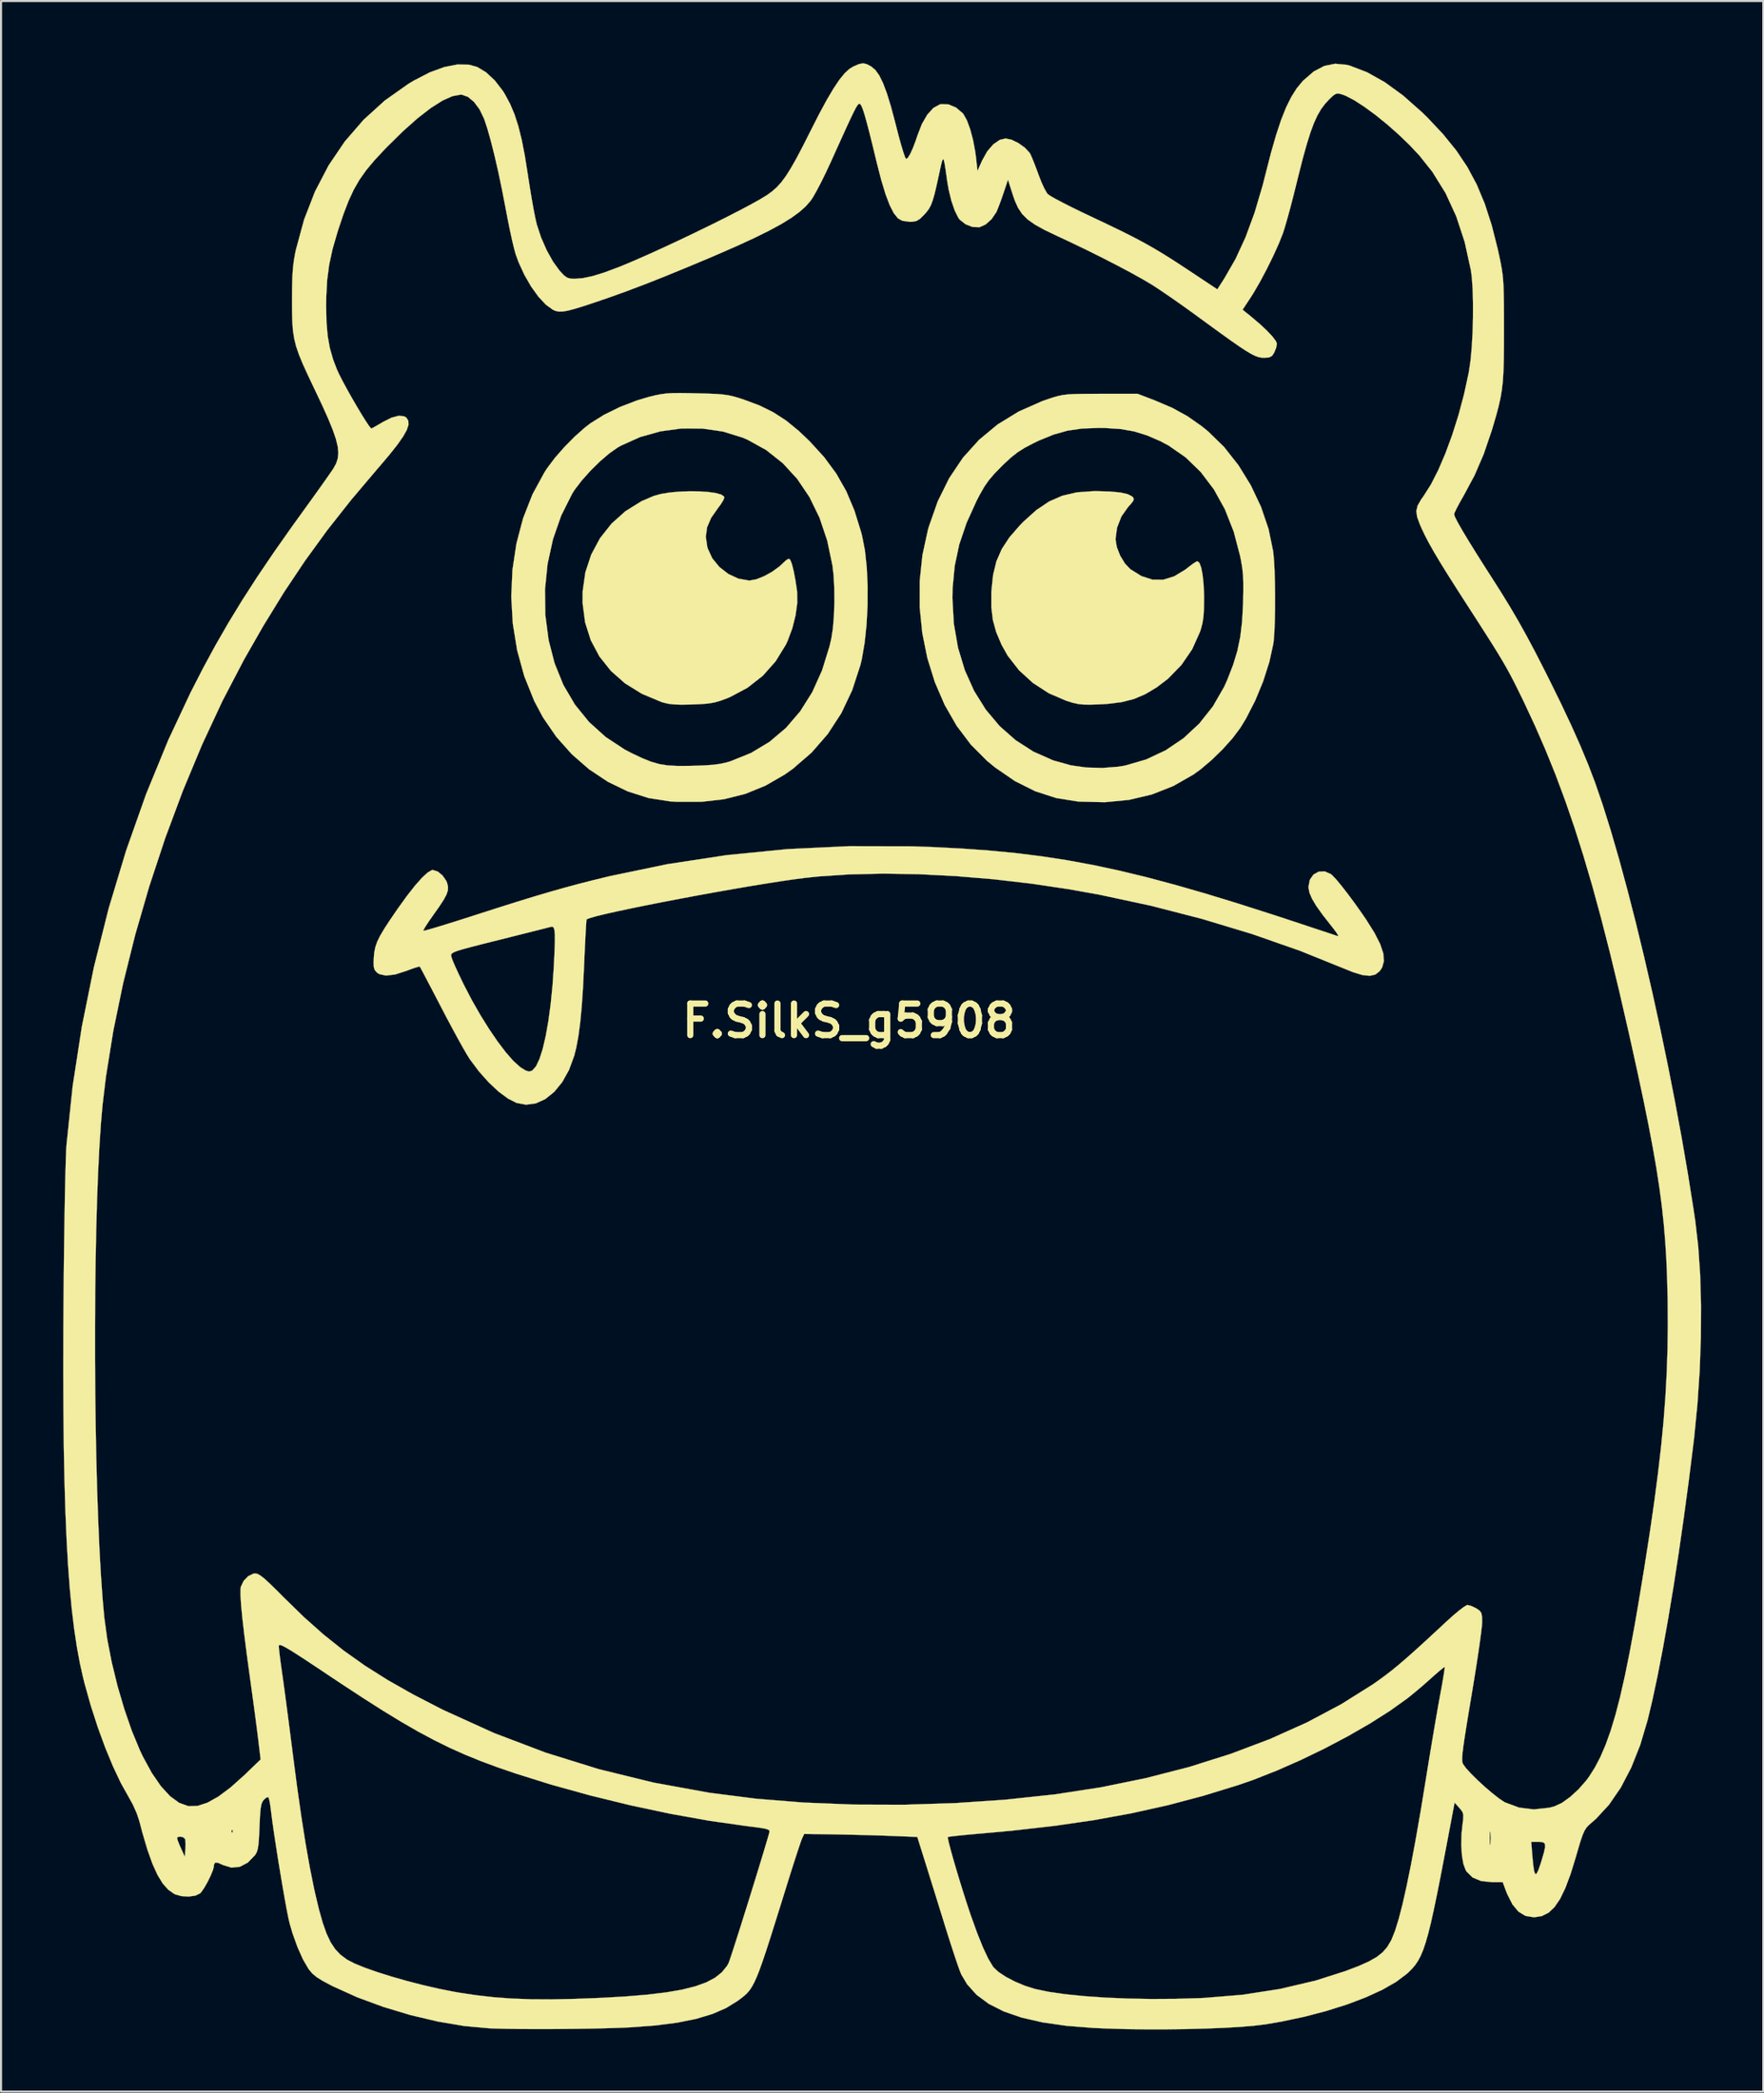
<source format=kicad_pcb>
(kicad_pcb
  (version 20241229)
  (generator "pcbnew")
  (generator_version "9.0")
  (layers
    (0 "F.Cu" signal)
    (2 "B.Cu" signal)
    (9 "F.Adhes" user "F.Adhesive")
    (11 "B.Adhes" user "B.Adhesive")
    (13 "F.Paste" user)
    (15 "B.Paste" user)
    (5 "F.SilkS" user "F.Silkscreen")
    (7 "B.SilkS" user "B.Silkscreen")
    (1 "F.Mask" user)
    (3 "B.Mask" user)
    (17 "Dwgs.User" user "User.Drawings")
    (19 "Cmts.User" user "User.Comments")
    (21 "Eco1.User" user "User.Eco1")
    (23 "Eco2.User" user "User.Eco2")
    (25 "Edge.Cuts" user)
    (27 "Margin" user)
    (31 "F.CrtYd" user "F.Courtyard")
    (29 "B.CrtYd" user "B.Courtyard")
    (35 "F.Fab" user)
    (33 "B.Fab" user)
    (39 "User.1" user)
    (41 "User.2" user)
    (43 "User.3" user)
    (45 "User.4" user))
  (footprint "F.SilkS_g5908"
    (layer "F.Cu")
    (at 37.922 46.221)
    (property "Reference" "F.SilkS_g5908" (at 0 0 0) (layer "F.SilkS") (effects (font (size 1.524 1.524) (thickness 0.3))))
    (attr through_hole)
    (fp_poly (pts (xy -7.223 -25.555) (xy -6.79 -25.526) (xy -6.426 -25.474) (xy -6.161 -25.399) (xy -6.024 -25.303) (xy -6.011 -25.26) (xy -6.062 -25.125) (xy -6.191 -24.92) (xy -6.297 -24.779) (xy -6.645 -24.283) (xy -6.845 -23.82) (xy -6.906 -23.362) (xy -6.835 -22.876) (xy -6.815 -22.804) (xy -6.597 -22.328) (xy -6.253 -21.907) (xy -5.819 -21.569) (xy -5.332 -21.342) (xy -4.827 -21.253) (xy -4.79 -21.252) (xy -4.476 -21.309) (xy -4.096 -21.459) (xy -3.703 -21.676) (xy -3.351 -21.932) (xy -3.247 -22.028) (xy -3.047 -22.216) (xy -2.929 -22.296) (xy -2.859 -22.284) (xy -2.812 -22.213) (xy -2.74 -22.013) (xy -2.661 -21.687) (xy -2.583 -21.279) (xy -2.515 -20.83) (xy -2.499 -20.701) (xy -2.492 -20.177) (xy -2.574 -19.572) (xy -2.733 -18.94) (xy -2.958 -18.337) (xy -3.04 -18.161) (xy -3.536 -17.353) (xy -4.156 -16.655) (xy -4.893 -16.077) (xy -5.737 -15.627) (xy -5.91 -15.556) (xy -6.224 -15.441) (xy -6.501 -15.364) (xy -6.796 -15.315) (xy -7.16 -15.286) (xy -7.578 -15.269) (xy -8.063 -15.26) (xy -8.425 -15.27) (xy -8.709 -15.303) (xy -8.96 -15.363) (xy -9.059 -15.394) (xy -9.989 -15.784) (xy -10.801 -16.286) (xy -11.487 -16.891) (xy -12.041 -17.588) (xy -12.458 -18.371) (xy -12.73 -19.228) (xy -12.851 -20.152) (xy -12.848 -20.733) (xy -12.719 -21.645) (xy -12.436 -22.504) (xy -12.012 -23.293) (xy -11.459 -23.995) (xy -10.789 -24.595) (xy -10.014 -25.078) (xy -9.418 -25.335) (xy -9.072 -25.43) (xy -8.65 -25.499) (xy -8.182 -25.542) (xy -7.697 -25.56) (xy -7.223 -25.555)) (stroke (width 0.01) (type solid)) (fill yes) (layer "F.SilkS"))
    (fp_poly (pts (xy 12.596 -25.548) (xy 13.102 -25.5) (xy 13.458 -25.42) (xy 13.674 -25.308) (xy 13.691 -25.292) (xy 13.75 -25.207) (xy 13.732 -25.109) (xy 13.621 -24.96) (xy 13.48 -24.806) (xy 13.154 -24.345) (xy 12.942 -23.801) (xy 12.869 -23.248) (xy 12.931 -22.867) (xy 13.093 -22.453) (xy 13.323 -22.074) (xy 13.581 -21.802) (xy 14.121 -21.465) (xy 14.649 -21.295) (xy 15.172 -21.291) (xy 15.701 -21.454) (xy 16.244 -21.783) (xy 16.392 -21.899) (xy 16.603 -22.059) (xy 16.768 -22.162) (xy 16.825 -22.183) (xy 16.92 -22.102) (xy 17.004 -21.876) (xy 17.071 -21.529) (xy 17.119 -21.083) (xy 17.142 -20.564) (xy 17.143 -20.362) (xy 17.136 -19.873) (xy 17.113 -19.502) (xy 17.066 -19.198) (xy 16.991 -18.911) (xy 16.948 -18.78) (xy 16.571 -17.938) (xy 16.049 -17.175) (xy 15.393 -16.504) (xy 14.844 -16.088) (xy 14.298 -15.763) (xy 13.753 -15.532) (xy 13.161 -15.382) (xy 12.476 -15.297) (xy 12.107 -15.276) (xy 11.662 -15.261) (xy 11.332 -15.265) (xy 11.064 -15.293) (xy 10.807 -15.351) (xy 10.505 -15.444) (xy 10.488 -15.45) (xy 9.65 -15.811) (xy 8.885 -16.307) (xy 8.216 -16.917) (xy 7.666 -17.622) (xy 7.37 -18.149) (xy 7.111 -18.762) (xy 6.95 -19.346) (xy 6.876 -19.959) (xy 6.876 -20.661) (xy 6.882 -20.769) (xy 6.961 -21.524) (xy 7.121 -22.179) (xy 7.379 -22.772) (xy 7.753 -23.341) (xy 8.262 -23.926) (xy 8.421 -24.089) (xy 9.048 -24.652) (xy 9.664 -25.066) (xy 10.305 -25.346) (xy 11.006 -25.508) (xy 11.801 -25.565) (xy 11.932 -25.566) (xy 12.596 -25.548)) (stroke (width 0.01) (type solid)) (fill yes) (layer "F.SilkS"))
    (fp_poly (pts (xy -7.664 -30.295) (xy -7.366 -30.288) (xy -6.817 -30.274) (xy -6.399 -30.256) (xy -6.074 -30.23) (xy -5.804 -30.19) (xy -5.552 -30.133) (xy -5.278 -30.052) (xy -5.08 -29.987) (xy -4.314 -29.701) (xy -3.644 -29.37) (xy -3.024 -28.968) (xy -2.409 -28.464) (xy -1.905 -27.984) (xy -1.193 -27.205) (xy -0.607 -26.41) (xy -0.127 -25.564) (xy 0.267 -24.63) (xy 0.594 -23.574) (xy 0.638 -23.403) (xy 0.774 -22.704) (xy 0.862 -21.885) (xy 0.904 -20.987) (xy 0.901 -20.052) (xy 0.852 -19.124) (xy 0.759 -18.242) (xy 0.622 -17.451) (xy 0.556 -17.175) (xy 0.161 -15.962) (xy -0.365 -14.85) (xy -1.02 -13.844) (xy -1.799 -12.949) (xy -2.699 -12.17) (xy -3.096 -11.889) (xy -4.026 -11.352) (xy -4.996 -10.956) (xy -6.024 -10.697) (xy -7.128 -10.571) (xy -8.327 -10.573) (xy -8.636 -10.593) (xy -9.665 -10.753) (xy -10.667 -11.071) (xy -11.628 -11.536) (xy -12.534 -12.137) (xy -13.368 -12.863) (xy -14.117 -13.703) (xy -14.765 -14.646) (xy -15.185 -15.435) (xy -15.667 -16.635) (xy -16.012 -17.889) (xy -16.221 -19.177) (xy -16.296 -20.478) (xy -16.28 -20.823) (xy -14.668 -20.823) (xy -14.652 -19.59) (xy -14.493 -18.376) (xy -14.209 -17.272) (xy -13.784 -16.218) (xy -13.226 -15.267) (xy -12.543 -14.425) (xy -11.738 -13.698) (xy -10.818 -13.093) (xy -10.476 -12.915) (xy -9.972 -12.677) (xy -9.548 -12.507) (xy -9.157 -12.394) (xy -8.751 -12.329) (xy -8.283 -12.303) (xy -7.706 -12.305) (xy -7.535 -12.309) (xy -6.978 -12.328) (xy -6.547 -12.359) (xy -6.201 -12.406) (xy -5.896 -12.475) (xy -5.715 -12.528) (xy -4.725 -12.928) (xy -3.833 -13.465) (xy -3.04 -14.135) (xy -2.352 -14.935) (xy -1.769 -15.861) (xy -1.295 -16.911) (xy -0.933 -18.079) (xy -0.846 -18.457) (xy -0.771 -18.942) (xy -0.722 -19.541) (xy -0.699 -20.202) (xy -0.704 -20.871) (xy -0.737 -21.497) (xy -0.791 -21.971) (xy -1.044 -23.177) (xy -1.416 -24.282) (xy -1.901 -25.278) (xy -2.496 -26.16) (xy -3.194 -26.919) (xy -3.992 -27.55) (xy -4.884 -28.044) (xy -5.141 -28.154) (xy -6.08 -28.443) (xy -7.073 -28.587) (xy -8.091 -28.589) (xy -9.103 -28.451) (xy -10.08 -28.176) (xy -10.993 -27.766) (xy -11.153 -27.676) (xy -11.558 -27.393) (xy -12.01 -27.006) (xy -12.467 -26.557) (xy -12.888 -26.087) (xy -13.232 -25.638) (xy -13.357 -25.442) (xy -13.885 -24.387) (xy -14.282 -23.248) (xy -14.544 -22.051) (xy -14.668 -20.823) (xy -16.28 -20.823) (xy -16.237 -21.773) (xy -16.045 -23.04) (xy -15.722 -24.261) (xy -15.27 -25.415) (xy -14.688 -26.482) (xy -14.558 -26.68) (xy -14.188 -27.172) (xy -13.73 -27.695) (xy -13.231 -28.2) (xy -12.739 -28.637) (xy -12.475 -28.84) (xy -11.817 -29.251) (xy -11.051 -29.627) (xy -10.238 -29.941) (xy -9.669 -30.111) (xy -9.354 -30.189) (xy -9.083 -30.243) (xy -8.817 -30.279) (xy -8.518 -30.297) (xy -8.147 -30.301) (xy -7.664 -30.295)) (stroke (width 0.01) (type solid)) (fill yes) (layer "F.SilkS"))
    (fp_poly (pts (xy 14.774 -29.942) (xy 15.613 -29.583) (xy 16.345 -29.18) (xy 17.032 -28.698) (xy 17.345 -28.443) (xy 18.11 -27.695) (xy 18.801 -26.819) (xy 19.4 -25.847) (xy 19.89 -24.811) (xy 20.254 -23.743) (xy 20.475 -22.674) (xy 20.485 -22.599) (xy 20.52 -22.21) (xy 20.546 -21.706) (xy 20.563 -21.124) (xy 20.57 -20.501) (xy 20.568 -19.875) (xy 20.557 -19.285) (xy 20.536 -18.769) (xy 20.506 -18.363) (xy 20.486 -18.203) (xy 20.293 -17.32) (xy 19.994 -16.384) (xy 19.61 -15.454) (xy 19.165 -14.586) (xy 18.891 -14.139) (xy 18.517 -13.64) (xy 18.041 -13.109) (xy 17.51 -12.592) (xy 16.973 -12.137) (xy 16.632 -11.89) (xy 15.654 -11.332) (xy 14.62 -10.925) (xy 13.521 -10.665) (xy 12.348 -10.552) (xy 11.092 -10.583) (xy 11.049 -10.587) (xy 10.004 -10.754) (xy 8.995 -11.081) (xy 8.015 -11.571) (xy 7.061 -12.227) (xy 6.665 -12.552) (xy 5.885 -13.335) (xy 5.202 -14.241) (xy 4.622 -15.251) (xy 4.149 -16.348) (xy 3.787 -17.512) (xy 3.542 -18.725) (xy 3.418 -19.969) (xy 3.418 -20.406) (xy 4.995 -20.406) (xy 5.064 -19.172) (xy 5.267 -18.007) (xy 5.596 -16.92) (xy 6.045 -15.921) (xy 6.608 -15.019) (xy 7.277 -14.224) (xy 8.047 -13.545) (xy 8.91 -12.991) (xy 9.86 -12.571) (xy 10.71 -12.333) (xy 11.447 -12.228) (xy 12.244 -12.206) (xy 13.017 -12.267) (xy 13.332 -12.321) (xy 14.346 -12.615) (xy 15.288 -13.057) (xy 16.148 -13.638) (xy 16.912 -14.348) (xy 17.57 -15.177) (xy 18.11 -16.115) (xy 18.265 -16.458) (xy 18.545 -17.181) (xy 18.751 -17.856) (xy 18.892 -18.537) (xy 18.98 -19.277) (xy 19.025 -20.13) (xy 19.026 -20.151) (xy 19.039 -20.717) (xy 19.039 -21.159) (xy 19.023 -21.522) (xy 18.988 -21.853) (xy 18.931 -22.196) (xy 18.884 -22.437) (xy 18.573 -23.617) (xy 18.149 -24.691) (xy 17.618 -25.65) (xy 16.984 -26.488) (xy 16.252 -27.197) (xy 15.427 -27.77) (xy 15.028 -27.981) (xy 14.381 -28.26) (xy 13.759 -28.451) (xy 13.106 -28.565) (xy 12.368 -28.613) (xy 12.041 -28.617) (xy 11.252 -28.587) (xy 10.555 -28.486) (xy 9.886 -28.299) (xy 9.185 -28.013) (xy 8.902 -27.877) (xy 8.485 -27.658) (xy 8.143 -27.442) (xy 7.821 -27.188) (xy 7.462 -26.854) (xy 7.361 -26.755) (xy 7.015 -26.399) (xy 6.753 -26.092) (xy 6.535 -25.778) (xy 6.319 -25.4) (xy 6.165 -25.104) (xy 5.677 -24.028) (xy 5.327 -22.993) (xy 5.107 -21.959) (xy 5.005 -20.887) (xy 4.995 -20.406) (xy 3.418 -20.406) (xy 3.419 -21.225) (xy 3.55 -22.476) (xy 3.816 -23.701) (xy 3.854 -23.834) (xy 4.289 -25.073) (xy 4.839 -26.186) (xy 5.503 -27.176) (xy 6.283 -28.042) (xy 7.179 -28.785) (xy 8.192 -29.406) (xy 9.322 -29.907) (xy 9.652 -30.022) (xy 9.899 -30.102) (xy 10.113 -30.162) (xy 10.324 -30.205) (xy 10.563 -30.234) (xy 10.86 -30.251) (xy 11.246 -30.26) (xy 11.752 -30.263) (xy 12.15 -30.264) (xy 13.928 -30.266) (xy 14.774 -29.942)) (stroke (width 0.01) (type solid)) (fill yes) (layer "F.SilkS"))
    (fp_poly (pts (xy 3.034 -8.423) (xy 4.064 -8.387) (xy 5.458 -8.314) (xy 6.782 -8.219) (xy 8.056 -8.096) (xy 9.3 -7.941) (xy 10.533 -7.752) (xy 11.776 -7.523) (xy 13.049 -7.251) (xy 14.37 -6.932) (xy 15.76 -6.561) (xy 17.238 -6.135) (xy 18.825 -5.649) (xy 20.54 -5.1) (xy 21.164 -4.895) (xy 21.765 -4.697) (xy 22.316 -4.514) (xy 22.796 -4.355) (xy 23.185 -4.226) (xy 23.46 -4.134) (xy 23.6 -4.086) (xy 23.611 -4.082) (xy 23.616 -4.121) (xy 23.529 -4.263) (xy 23.368 -4.48) (xy 23.288 -4.58) (xy 22.87 -5.113) (xy 22.561 -5.545) (xy 22.352 -5.897) (xy 22.229 -6.186) (xy 22.184 -6.433) (xy 22.183 -6.472) (xy 22.249 -6.812) (xy 22.425 -7.06) (xy 22.675 -7.2) (xy 22.964 -7.214) (xy 23.257 -7.086) (xy 23.336 -7.02) (xy 23.525 -6.819) (xy 23.785 -6.506) (xy 24.092 -6.11) (xy 24.424 -5.662) (xy 24.759 -5.19) (xy 24.969 -4.883) (xy 25.367 -4.248) (xy 25.641 -3.711) (xy 25.792 -3.261) (xy 25.823 -2.886) (xy 25.738 -2.575) (xy 25.619 -2.397) (xy 25.412 -2.235) (xy 25.14 -2.173) (xy 24.784 -2.211) (xy 24.326 -2.352) (xy 23.961 -2.499) (xy 21.772 -3.382) (xy 19.458 -4.191) (xy 17.051 -4.918) (xy 14.585 -5.554) (xy 12.09 -6.089) (xy 10.637 -6.35) (xy 8.813 -6.622) (xy 6.976 -6.835) (xy 5.152 -6.987) (xy 3.367 -7.078) (xy 1.648 -7.105) (xy 0.02 -7.068) (xy -1.49 -6.967) (xy -2.117 -6.9) (xy -2.662 -6.829) (xy -3.302 -6.736) (xy -4.02 -6.623) (xy -4.799 -6.495) (xy -5.621 -6.354) (xy -6.47 -6.204) (xy -7.327 -6.048) (xy -8.177 -5.889) (xy -9.002 -5.731) (xy -9.785 -5.576) (xy -10.509 -5.428) (xy -11.156 -5.291) (xy -11.71 -5.167) (xy -12.153 -5.06) (xy -12.469 -4.972) (xy -12.64 -4.908) (xy -12.66 -4.894) (xy -12.671 -4.805) (xy -12.688 -4.569) (xy -12.709 -4.21) (xy -12.732 -3.748) (xy -12.758 -3.208) (xy -12.782 -2.657) (xy -12.834 -1.591) (xy -12.896 -0.68) (xy -12.97 0.095) (xy -13.057 0.749) (xy -13.159 1.298) (xy -13.258 1.689) (xy -13.511 2.374) (xy -13.836 2.957) (xy -14.22 3.427) (xy -14.649 3.773) (xy -15.109 3.983) (xy -15.585 4.047) (xy -16.044 3.96) (xy -16.453 3.752) (xy -16.908 3.415) (xy -17.382 2.972) (xy -17.85 2.447) (xy -18.287 1.863) (xy -18.301 1.844) (xy -18.437 1.625) (xy -18.635 1.282) (xy -18.88 0.843) (xy -19.155 0.335) (xy -19.447 -0.213) (xy -19.663 -0.627) (xy -19.937 -1.154) (xy -20.185 -1.63) (xy -20.397 -2.034) (xy -20.562 -2.347) (xy -20.67 -2.548) (xy -20.709 -2.617) (xy -20.798 -2.605) (xy -21.002 -2.542) (xy -21.283 -2.44) (xy -21.346 -2.415) (xy -21.9 -2.238) (xy -22.34 -2.185) (xy -22.667 -2.257) (xy -22.785 -2.337) (xy -22.882 -2.45) (xy -22.93 -2.596) (xy -22.94 -2.826) (xy -22.93 -3.049) (xy -22.92 -3.161) (xy -19.2 -3.161) (xy -19.188 -3.099) (xy -19.179 -3.061) (xy -19.122 -2.906) (xy -19.005 -2.633) (xy -18.842 -2.278) (xy -18.649 -1.875) (xy -18.581 -1.736) (xy -18.197 -0.997) (xy -17.787 -0.28) (xy -17.367 0.394) (xy -16.951 1.003) (xy -16.554 1.526) (xy -16.191 1.939) (xy -15.877 2.223) (xy -15.834 2.254) (xy -15.596 2.401) (xy -15.434 2.448) (xy -15.299 2.407) (xy -15.273 2.391) (xy -15.1 2.193) (xy -14.933 1.841) (xy -14.776 1.349) (xy -14.632 0.733) (xy -14.503 0.006) (xy -14.392 -0.816) (xy -14.302 -1.718) (xy -14.237 -2.687) (xy -14.233 -2.782) (xy -14.205 -3.385) (xy -14.191 -3.839) (xy -14.192 -4.162) (xy -14.21 -4.374) (xy -14.246 -4.495) (xy -14.303 -4.543) (xy -14.381 -4.538) (xy -14.383 -4.538) (xy -14.502 -4.507) (xy -14.76 -4.441) (xy -15.132 -4.347) (xy -15.593 -4.231) (xy -16.118 -4.099) (xy -16.425 -4.022) (xy -17.179 -3.834) (xy -17.785 -3.681) (xy -18.259 -3.559) (xy -18.615 -3.462) (xy -18.871 -3.385) (xy -19.041 -3.322) (xy -19.142 -3.267) (xy -19.19 -3.215) (xy -19.2 -3.161) (xy -22.92 -3.161) (xy -22.905 -3.316) (xy -22.854 -3.565) (xy -22.765 -3.82) (xy -22.624 -4.108) (xy -22.419 -4.454) (xy -22.138 -4.883) (xy -21.768 -5.423) (xy -21.763 -5.43) (xy -21.33 -6.03) (xy -20.942 -6.525) (xy -20.607 -6.903) (xy -20.334 -7.156) (xy -20.131 -7.274) (xy -20.083 -7.281) (xy -19.846 -7.208) (xy -19.612 -7.016) (xy -19.432 -6.754) (xy -19.389 -6.648) (xy -19.349 -6.474) (xy -19.355 -6.3) (xy -19.42 -6.1) (xy -19.556 -5.845) (xy -19.774 -5.511) (xy -20.071 -5.091) (xy -20.279 -4.794) (xy -20.438 -4.55) (xy -20.53 -4.39) (xy -20.543 -4.344) (xy -20.456 -4.359) (xy -20.228 -4.422) (xy -19.879 -4.525) (xy -19.428 -4.663) (xy -18.895 -4.829) (xy -18.301 -5.019) (xy -18.021 -5.109) (xy -16.952 -5.452) (xy -16.015 -5.748) (xy -15.182 -6.003) (xy -14.426 -6.227) (xy -13.719 -6.427) (xy -13.034 -6.612) (xy -12.342 -6.788) (xy -11.617 -6.965) (xy -11.55 -6.981) (xy -8.761 -7.562) (xy -5.896 -7.998) (xy -2.967 -8.288) (xy 0.014 -8.43) (xy 3.034 -8.423)) (stroke (width 0.01) (type solid)) (fill yes) (layer "F.SilkS"))
    (fp_poly (pts (xy 0.879 -46.169) (xy 1.085 -46.056) (xy 1.279 -45.891) (xy 1.465 -45.63) (xy 1.648 -45.26) (xy 1.833 -44.766) (xy 2.028 -44.135) (xy 2.237 -43.352) (xy 2.274 -43.206) (xy 2.4 -42.713) (xy 2.52 -42.281) (xy 2.625 -41.933) (xy 2.707 -41.696) (xy 2.759 -41.597) (xy 2.761 -41.596) (xy 2.845 -41.652) (xy 2.962 -41.843) (xy 3.098 -42.142) (xy 3.239 -42.519) (xy 3.303 -42.714) (xy 3.524 -43.286) (xy 3.787 -43.74) (xy 4.079 -44.06) (xy 4.388 -44.23) (xy 4.446 -44.244) (xy 4.808 -44.232) (xy 5.171 -44.08) (xy 5.486 -43.812) (xy 5.535 -43.752) (xy 5.698 -43.459) (xy 5.854 -43.036) (xy 5.991 -42.52) (xy 6.098 -41.952) (xy 6.142 -41.614) (xy 6.206 -41.021) (xy 6.435 -41.53) (xy 6.68 -41.968) (xy 6.971 -42.305) (xy 7.281 -42.519) (xy 7.564 -42.587) (xy 7.853 -42.526) (xy 8.181 -42.366) (xy 8.489 -42.146) (xy 8.716 -41.905) (xy 8.759 -41.834) (xy 8.846 -41.639) (xy 8.968 -41.337) (xy 9.102 -40.981) (xy 9.155 -40.834) (xy 9.292 -40.482) (xy 9.434 -40.172) (xy 9.558 -39.955) (xy 9.599 -39.902) (xy 9.725 -39.815) (xy 9.98 -39.669) (xy 10.343 -39.477) (xy 10.788 -39.252) (xy 11.293 -39.006) (xy 11.648 -38.838) (xy 12.45 -38.458) (xy 13.127 -38.131) (xy 13.71 -37.838) (xy 14.229 -37.563) (xy 14.713 -37.29) (xy 15.194 -37.002) (xy 15.701 -36.682) (xy 16.265 -36.313) (xy 16.392 -36.229) (xy 17.784 -35.305) (xy 18.124 -35.835) (xy 18.664 -36.774) (xy 19.149 -37.827) (xy 19.584 -39.011) (xy 19.976 -40.339) (xy 20.112 -40.874) (xy 20.372 -41.889) (xy 20.62 -42.752) (xy 20.861 -43.48) (xy 21.103 -44.087) (xy 21.352 -44.59) (xy 21.614 -45.005) (xy 21.897 -45.348) (xy 21.934 -45.387) (xy 22.437 -45.82) (xy 22.946 -46.088) (xy 23.473 -46.194) (xy 24.028 -46.142) (xy 24.178 -46.103) (xy 25.007 -45.785) (xy 25.862 -45.306) (xy 26.745 -44.664) (xy 27.658 -43.857) (xy 27.929 -43.592) (xy 28.677 -42.797) (xy 29.313 -42.013) (xy 29.85 -41.211) (xy 30.304 -40.363) (xy 30.69 -39.439) (xy 31.023 -38.412) (xy 31.316 -37.253) (xy 31.39 -36.915) (xy 31.456 -36.601) (xy 31.507 -36.325) (xy 31.546 -36.061) (xy 31.575 -35.783) (xy 31.595 -35.463) (xy 31.607 -35.076) (xy 31.614 -34.596) (xy 31.617 -33.995) (xy 31.618 -33.359) (xy 31.617 -32.559) (xy 31.61 -31.9) (xy 31.593 -31.351) (xy 31.564 -30.882) (xy 31.517 -30.464) (xy 31.451 -30.067) (xy 31.36 -29.663) (xy 31.242 -29.22) (xy 31.093 -28.71) (xy 31.027 -28.49) (xy 30.642 -27.357) (xy 30.198 -26.328) (xy 29.674 -25.352) (xy 29.484 -25.018) (xy 29.332 -24.732) (xy 29.235 -24.527) (xy 29.21 -24.448) (xy 29.257 -24.311) (xy 29.394 -24.043) (xy 29.618 -23.652) (xy 29.921 -23.147) (xy 30.3 -22.536) (xy 30.75 -21.827) (xy 30.983 -21.463) (xy 31.474 -20.692) (xy 31.911 -19.98) (xy 32.318 -19.286) (xy 32.716 -18.571) (xy 33.128 -17.796) (xy 33.576 -16.921) (xy 33.778 -16.518) (xy 34.361 -15.334) (xy 34.863 -14.269) (xy 35.296 -13.299) (xy 35.671 -12.399) (xy 35.997 -11.547) (xy 36.023 -11.474) (xy 36.395 -10.392) (xy 36.78 -9.159) (xy 37.176 -7.795) (xy 37.577 -6.317) (xy 37.98 -4.744) (xy 38.381 -3.094) (xy 38.775 -1.385) (xy 39.158 0.365) (xy 39.526 2.137) (xy 39.875 3.913) (xy 40.201 5.675) (xy 40.499 7.405) (xy 40.765 9.084) (xy 40.85 9.652) (xy 40.994 10.892) (xy 41.087 12.264) (xy 41.129 13.74) (xy 41.121 15.292) (xy 41.063 16.89) (xy 40.955 18.506) (xy 40.797 20.112) (xy 40.767 20.362) (xy 40.539 22.188) (xy 40.299 23.967) (xy 40.052 25.684) (xy 39.798 27.324) (xy 39.541 28.871) (xy 39.284 30.31) (xy 39.029 31.625) (xy 38.778 32.8) (xy 38.554 33.739) (xy 38.195 34.948) (xy 37.761 36.04) (xy 37.257 37.006) (xy 36.689 37.833) (xy 36.061 38.513) (xy 35.846 38.701) (xy 35.704 38.824) (xy 35.593 38.948) (xy 35.498 39.102) (xy 35.406 39.315) (xy 35.304 39.616) (xy 35.18 40.035) (xy 35.09 40.348) (xy 34.833 41.18) (xy 34.581 41.854) (xy 34.325 42.383) (xy 34.056 42.776) (xy 33.768 43.047) (xy 33.451 43.205) (xy 33.098 43.264) (xy 33.045 43.264) (xy 32.655 43.199) (xy 32.32 42.996) (xy 32.029 42.648) (xy 31.774 42.143) (xy 31.707 41.974) (xy 31.558 41.571) (xy 31.04 41.571) (xy 30.513 41.516) (xy 30.108 41.348) (xy 29.817 41.063) (xy 29.77 40.988) (xy 29.66 40.69) (xy 29.588 40.269) (xy 29.558 39.766) (xy 29.566 39.455) (xy 30.93 39.455) (xy 30.935 39.687) (xy 30.946 39.791) (xy 30.962 39.746) (xy 30.965 39.73) (xy 30.97 39.624) (xy 32.934 39.624) (xy 32.982 40.238) (xy 33.026 40.715) (xy 33.071 41.026) (xy 33.124 41.175) (xy 33.19 41.166) (xy 33.275 41.002) (xy 33.385 40.686) (xy 33.435 40.525) (xy 33.55 40.134) (xy 33.604 39.876) (xy 33.594 39.723) (xy 33.514 39.649) (xy 33.359 39.625) (xy 33.273 39.624) (xy 32.934 39.624) (xy 30.97 39.624) (xy 30.979 39.433) (xy 30.965 39.179) (xy 30.948 39.116) (xy 30.936 39.202) (xy 30.931 39.42) (xy 30.93 39.455) (xy 29.566 39.455) (xy 29.572 39.224) (xy 29.613 38.828) (xy 29.651 38.517) (xy 29.655 38.32) (xy 29.615 38.182) (xy 29.52 38.052) (xy 29.464 37.987) (xy 29.235 37.731) (xy 28.964 39.164) (xy 28.745 40.32) (xy 28.552 41.323) (xy 28.381 42.184) (xy 28.228 42.918) (xy 28.09 43.537) (xy 27.962 44.053) (xy 27.84 44.481) (xy 27.721 44.833) (xy 27.601 45.121) (xy 27.476 45.359) (xy 27.342 45.559) (xy 27.196 45.735) (xy 27.033 45.9) (xy 26.93 45.995) (xy 26.415 46.383) (xy 25.751 46.763) (xy 24.956 47.128) (xy 24.05 47.472) (xy 23.052 47.787) (xy 21.983 48.067) (xy 20.86 48.304) (xy 20.097 48.435) (xy 19.564 48.5) (xy 18.888 48.557) (xy 18.096 48.603) (xy 17.216 48.638) (xy 16.274 48.662) (xy 15.298 48.675) (xy 14.313 48.675) (xy 13.347 48.662) (xy 12.427 48.635) (xy 11.811 48.608) (xy 10.502 48.505) (xy 9.346 48.338) (xy 8.339 48.108) (xy 7.476 47.811) (xy 6.754 47.446) (xy 6.166 47.01) (xy 5.709 46.503) (xy 5.424 46.023) (xy 5.352 45.844) (xy 5.241 45.532) (xy 5.099 45.112) (xy 4.936 44.613) (xy 4.76 44.063) (xy 4.656 43.73) (xy 4.459 43.094) (xy 4.253 42.429) (xy 4.051 41.78) (xy 3.867 41.19) (xy 3.715 40.704) (xy 3.678 40.586) (xy 3.304 39.392) (xy 4.775 39.392) (xy 4.783 39.486) (xy 4.835 39.716) (xy 4.925 40.057) (xy 5.045 40.485) (xy 5.188 40.974) (xy 5.346 41.5) (xy 5.513 42.038) (xy 5.68 42.563) (xy 5.842 43.049) (xy 5.88 43.163) (xy 6.191 44.026) (xy 6.472 44.725) (xy 6.724 45.261) (xy 6.949 45.637) (xy 6.98 45.679) (xy 7.214 45.901) (xy 7.571 46.138) (xy 8.011 46.368) (xy 8.492 46.571) (xy 8.973 46.724) (xy 8.992 46.729) (xy 9.645 46.865) (xy 10.443 46.98) (xy 11.361 47.073) (xy 12.376 47.144) (xy 13.464 47.19) (xy 14.601 47.211) (xy 15.763 47.204) (xy 16.927 47.17) (xy 17.145 47.16) (xy 19.011 47.006) (xy 20.812 46.726) (xy 22.528 46.322) (xy 23.969 45.862) (xy 24.604 45.62) (xy 25.098 45.399) (xy 25.477 45.183) (xy 25.765 44.955) (xy 25.986 44.698) (xy 26.166 44.395) (xy 26.2 44.324) (xy 26.363 43.916) (xy 26.537 43.353) (xy 26.723 42.635) (xy 26.921 41.758) (xy 27.132 40.721) (xy 27.356 39.522) (xy 27.594 38.158) (xy 27.846 36.628) (xy 27.859 36.543) (xy 27.977 35.814) (xy 28.101 35.066) (xy 28.223 34.336) (xy 28.339 33.66) (xy 28.441 33.073) (xy 28.524 32.613) (xy 28.534 32.562) (xy 28.618 32.107) (xy 28.686 31.714) (xy 28.734 31.412) (xy 28.758 31.228) (xy 28.759 31.186) (xy 28.688 31.227) (xy 28.522 31.36) (xy 28.287 31.563) (xy 28.102 31.729) (xy 27.756 32.036) (xy 27.379 32.356) (xy 27.039 32.634) (xy 26.942 32.71) (xy 26.113 33.303) (xy 25.151 33.913) (xy 24.09 34.524) (xy 22.963 35.119) (xy 21.803 35.68) (xy 20.644 36.19) (xy 19.519 36.633) (xy 18.8 36.883) (xy 17.105 37.404) (xy 15.398 37.856) (xy 13.652 38.245) (xy 11.839 38.576) (xy 9.931 38.853) (xy 7.901 39.084) (xy 6.702 39.194) (xy 6.155 39.242) (xy 5.667 39.287) (xy 5.262 39.328) (xy 4.965 39.362) (xy 4.8 39.385) (xy 4.775 39.392) (xy 3.304 39.392) (xy 3.303 39.389) (xy 2.054 39.339) (xy 1.51 39.319) (xy 0.865 39.3) (xy 0.187 39.283) (xy -0.456 39.27) (xy -0.676 39.266) (xy -2.156 39.243) (xy -2.257 39.455) (xy -2.31 39.593) (xy -2.404 39.869) (xy -2.532 40.255) (xy -2.684 40.727) (xy -2.853 41.259) (xy -2.964 41.614) (xy -3.284 42.643) (xy -3.56 43.524) (xy -3.795 44.27) (xy -3.997 44.894) (xy -4.171 45.408) (xy -4.321 45.827) (xy -4.455 46.163) (xy -4.577 46.43) (xy -4.692 46.64) (xy -4.807 46.807) (xy -4.927 46.943) (xy -5.058 47.063) (xy -5.205 47.179) (xy -5.373 47.304) (xy -5.373 47.304) (xy -5.925 47.646) (xy -6.586 47.933) (xy -7.368 48.168) (xy -8.279 48.352) (xy -9.331 48.488) (xy -10.533 48.578) (xy -11.049 48.601) (xy -11.752 48.623) (xy -12.541 48.641) (xy -13.38 48.653) (xy -14.236 48.66) (xy -15.074 48.662) (xy -15.861 48.658) (xy -16.562 48.649) (xy -17.144 48.634) (xy -17.357 48.625) (xy -18.565 48.514) (xy -19.85 48.296) (xy -21.17 47.984) (xy -22.48 47.589) (xy -23.738 47.124) (xy -24.899 46.599) (xy -25 46.548) (xy -25.407 46.331) (xy -25.695 46.149) (xy -25.9 45.977) (xy -26.06 45.787) (xy -26.085 45.751) (xy -26.355 45.286) (xy -26.618 44.694) (xy -26.86 44.016) (xy -26.993 43.561) (xy -27.052 43.302) (xy -27.131 42.905) (xy -27.224 42.397) (xy -27.327 41.809) (xy -27.435 41.169) (xy -27.544 40.507) (xy -27.647 39.85) (xy -27.742 39.228) (xy -27.822 38.671) (xy -27.883 38.206) (xy -27.903 38.035) (xy -27.943 37.753) (xy -27.988 37.546) (xy -28.025 37.465) (xy -28.119 37.492) (xy -28.246 37.603) (xy -28.314 37.701) (xy -28.363 37.844) (xy -28.398 38.061) (xy -28.424 38.383) (xy -28.445 38.84) (xy -28.448 38.907) (xy -28.469 39.382) (xy -28.494 39.721) (xy -28.529 39.955) (xy -28.577 40.118) (xy -28.646 40.242) (xy -28.665 40.269) (xy -29.011 40.626) (xy -29.393 40.828) (xy -29.795 40.87) (xy -30.203 40.747) (xy -30.214 40.741) (xy -30.458 40.632) (xy -30.594 40.629) (xy -30.646 40.735) (xy -30.649 40.802) (xy -30.691 40.981) (xy -30.8 41.247) (xy -30.947 41.549) (xy -31.108 41.834) (xy -31.254 42.048) (xy -31.311 42.11) (xy -31.539 42.221) (xy -31.859 42.267) (xy -32.207 42.247) (xy -32.519 42.16) (xy -32.561 42.139) (xy -32.85 41.937) (xy -33.118 41.635) (xy -33.371 41.22) (xy -33.615 40.681) (xy -33.856 40.006) (xy -34.021 39.448) (xy -32.427 39.448) (xy -32.394 39.563) (xy -32.31 39.776) (xy -32.239 39.934) (xy -32.051 40.344) (xy -32.022 39.974) (xy -32.014 39.719) (xy -32.029 39.526) (xy -32.038 39.487) (xy -32.132 39.404) (xy -32.278 39.371) (xy -32.399 39.396) (xy -32.427 39.448) (xy -34.021 39.448) (xy -34.1 39.181) (xy -34.117 39.116) (xy -29.803 39.116) (xy -29.772 39.186) (xy -29.746 39.172) (xy -29.736 39.072) (xy -29.746 39.06) (xy -29.797 39.071) (xy -29.803 39.116) (xy -34.117 39.116) (xy -34.251 38.608) (xy -34.375 38.239) (xy -34.562 37.821) (xy -34.759 37.465) (xy -35.133 36.797) (xy -35.514 35.992) (xy -35.892 35.08) (xy -36.253 34.092) (xy -36.587 33.058) (xy -36.882 32.01) (xy -36.956 31.717) (xy -37.117 30.999) (xy -37.262 30.214) (xy -37.391 29.354) (xy -37.505 28.411) (xy -37.604 27.376) (xy -37.689 26.242) (xy -37.759 25.001) (xy -37.816 23.644) (xy -37.86 22.164) (xy -37.892 20.552) (xy -37.91 18.802) (xy -37.917 16.903) (xy -37.913 14.85) (xy -37.912 14.698) (xy -36.386 14.698) (xy -36.386 16.319) (xy -36.375 17.943) (xy -36.355 19.551) (xy -36.324 21.125) (xy -36.284 22.648) (xy -36.233 24.099) (xy -36.174 25.461) (xy -36.104 26.716) (xy -36.025 27.844) (xy -35.94 28.787) (xy -35.797 29.84) (xy -35.58 30.958) (xy -35.302 32.098) (xy -34.974 33.215) (xy -34.61 34.267) (xy -34.22 35.209) (xy -34.077 35.51) (xy -33.646 36.301) (xy -33.207 36.939) (xy -32.766 37.421) (xy -32.325 37.743) (xy -31.89 37.899) (xy -31.851 37.905) (xy -31.431 37.89) (xy -30.962 37.737) (xy -30.435 37.443) (xy -29.846 37.003) (xy -29.188 36.415) (xy -29.136 36.366) (xy -28.392 35.648) (xy -28.506 34.694) (xy -28.552 34.329) (xy -28.616 33.835) (xy -28.693 33.251) (xy -28.78 32.616) (xy -28.869 31.968) (xy -28.911 31.665) (xy -29.062 30.56) (xy -29.11 30.182) (xy -27.517 30.182) (xy -27.505 30.34) (xy -27.472 30.627) (xy -27.423 31.004) (xy -27.363 31.434) (xy -27.352 31.513) (xy -27.299 31.884) (xy -27.23 32.392) (xy -27.148 33.004) (xy -27.058 33.689) (xy -26.965 34.413) (xy -26.871 35.146) (xy -26.84 35.391) (xy -26.631 36.988) (xy -26.426 38.424) (xy -26.224 39.707) (xy -26.023 40.843) (xy -25.823 41.84) (xy -25.771 42.075) (xy -25.581 42.877) (xy -25.397 43.53) (xy -25.211 44.056) (xy -25.013 44.475) (xy -24.792 44.808) (xy -24.539 45.074) (xy -24.244 45.295) (xy -24.204 45.32) (xy -23.856 45.499) (xy -23.369 45.698) (xy -22.771 45.909) (xy -22.09 46.124) (xy -21.353 46.334) (xy -20.589 46.532) (xy -19.825 46.709) (xy -19.089 46.856) (xy -18.837 46.901) (xy -17.993 47.028) (xy -17.152 47.124) (xy -16.288 47.189) (xy -15.37 47.223) (xy -14.371 47.229) (xy -13.261 47.207) (xy -12.014 47.159) (xy -11.988 47.158) (xy -10.776 47.089) (xy -9.723 47.001) (xy -8.818 46.892) (xy -8.049 46.759) (xy -7.407 46.598) (xy -6.88 46.407) (xy -6.459 46.183) (xy -6.133 45.924) (xy -5.89 45.626) (xy -5.811 45.488) (xy -5.766 45.368) (xy -5.678 45.108) (xy -5.554 44.73) (xy -5.402 44.255) (xy -5.227 43.706) (xy -5.038 43.105) (xy -4.84 42.472) (xy -4.641 41.831) (xy -4.447 41.204) (xy -4.266 40.611) (xy -4.103 40.075) (xy -3.967 39.618) (xy -3.863 39.262) (xy -3.841 39.182) (xy -3.831 39.11) (xy -3.864 39.054) (xy -3.966 39.009) (xy -4.16 38.967) (xy -4.472 38.922) (xy -4.926 38.865) (xy -4.953 38.862) (xy -6.743 38.607) (xy -8.627 38.269) (xy -10.561 37.857) (xy -12.498 37.383) (xy -14.393 36.857) (xy -16.102 36.321) (xy -16.963 36.025) (xy -17.764 35.728) (xy -18.526 35.418) (xy -19.269 35.085) (xy -20.014 34.718) (xy -20.782 34.307) (xy -21.593 33.84) (xy -22.468 33.307) (xy -23.428 32.696) (xy -24.493 31.998) (xy -24.956 31.69) (xy -25.626 31.242) (xy -26.17 30.882) (xy -26.6 30.602) (xy -26.929 30.393) (xy -27.17 30.25) (xy -27.336 30.163) (xy -27.44 30.125) (xy -27.496 30.128) (xy -27.516 30.165) (xy -27.517 30.182) (xy -29.11 30.182) (xy -29.182 29.618) (xy -29.272 28.837) (xy -29.332 28.216) (xy -29.362 27.751) (xy -29.363 27.439) (xy -29.347 27.315) (xy -29.213 27.032) (xy -28.994 26.805) (xy -28.74 26.681) (xy -28.648 26.67) (xy -28.542 26.693) (xy -28.402 26.772) (xy -28.212 26.921) (xy -27.956 27.155) (xy -27.615 27.488) (xy -27.268 27.837) (xy -26.307 28.774) (xy -25.355 29.621) (xy -24.382 30.396) (xy -23.36 31.121) (xy -22.261 31.815) (xy -21.057 32.498) (xy -19.718 33.19) (xy -19.539 33.279) (xy -17.124 34.375) (xy -14.63 35.322) (xy -12.066 36.119) (xy -9.436 36.764) (xy -6.749 37.255) (xy -4.487 37.544) (xy -2.191 37.729) (xy 0.205 37.826) (xy 2.655 37.835) (xy 5.117 37.757) (xy 7.544 37.592) (xy 9.893 37.341) (xy 9.938 37.336) (xy 12.169 36.993) (xy 14.336 36.55) (xy 16.425 36.012) (xy 18.425 35.381) (xy 20.323 34.664) (xy 22.105 33.864) (xy 23.761 32.985) (xy 25.277 32.033) (xy 25.569 31.829) (xy 25.885 31.598) (xy 26.206 31.35) (xy 26.551 31.067) (xy 26.937 30.735) (xy 27.383 30.338) (xy 27.907 29.86) (xy 28.527 29.286) (xy 28.813 29.02) (xy 29.141 28.723) (xy 29.437 28.473) (xy 29.675 28.292) (xy 29.827 28.201) (xy 29.855 28.194) (xy 30.031 28.237) (xy 30.255 28.342) (xy 30.29 28.362) (xy 30.446 28.47) (xy 30.528 28.587) (xy 30.56 28.767) (xy 30.565 29.018) (xy 30.552 29.214) (xy 30.512 29.554) (xy 30.45 30.016) (xy 30.368 30.578) (xy 30.27 31.216) (xy 30.159 31.909) (xy 30.047 32.584) (xy 29.911 33.396) (xy 29.803 34.058) (xy 29.72 34.586) (xy 29.66 34.997) (xy 29.621 35.307) (xy 29.602 35.533) (xy 29.6 35.691) (xy 29.614 35.797) (xy 29.64 35.868) (xy 29.783 36.066) (xy 30.029 36.336) (xy 30.343 36.647) (xy 30.693 36.969) (xy 31.046 37.271) (xy 31.368 37.524) (xy 31.625 37.697) (xy 31.671 37.722) (xy 32.349 37.973) (xy 33.059 38.06) (xy 33.792 37.981) (xy 34.05 37.915) (xy 34.408 37.75) (xy 34.807 37.465) (xy 35.213 37.094) (xy 35.589 36.666) (xy 35.721 36.487) (xy 36.004 36.042) (xy 36.27 35.533) (xy 36.522 34.949) (xy 36.763 34.278) (xy 36.996 33.508) (xy 37.225 32.627) (xy 37.453 31.622) (xy 37.685 30.481) (xy 37.923 29.193) (xy 38.103 28.151) (xy 38.395 26.38) (xy 38.649 24.754) (xy 38.867 23.254) (xy 39.05 21.862) (xy 39.201 20.559) (xy 39.321 19.325) (xy 39.411 18.142) (xy 39.474 16.99) (xy 39.512 15.851) (xy 39.526 14.705) (xy 39.519 13.534) (xy 39.515 13.293) (xy 39.491 12.371) (xy 39.455 11.494) (xy 39.402 10.641) (xy 39.331 9.796) (xy 39.238 8.94) (xy 39.121 8.054) (xy 38.977 7.121) (xy 38.803 6.122) (xy 38.598 5.039) (xy 38.358 3.854) (xy 38.08 2.548) (xy 37.761 1.103) (xy 37.638 0.55) (xy 37.184 -1.425) (xy 36.744 -3.249) (xy 36.312 -4.935) (xy 35.885 -6.501) (xy 35.456 -7.962) (xy 35.021 -9.333) (xy 34.574 -10.631) (xy 34.112 -11.872) (xy 33.627 -13.07) (xy 33.116 -14.243) (xy 32.574 -15.405) (xy 32.469 -15.621) (xy 32.269 -16.028) (xy 32.09 -16.386) (xy 31.917 -16.717) (xy 31.739 -17.041) (xy 31.544 -17.379) (xy 31.319 -17.753) (xy 31.052 -18.184) (xy 30.729 -18.692) (xy 30.34 -19.299) (xy 29.871 -20.026) (xy 29.845 -20.066) (xy 29.325 -20.875) (xy 28.89 -21.562) (xy 28.53 -22.143) (xy 28.236 -22.637) (xy 27.997 -23.06) (xy 27.804 -23.43) (xy 27.645 -23.764) (xy 27.562 -23.954) (xy 27.428 -24.318) (xy 27.388 -24.602) (xy 27.449 -24.864) (xy 27.619 -25.161) (xy 27.737 -25.327) (xy 28.091 -25.883) (xy 28.446 -26.58) (xy 28.794 -27.391) (xy 29.124 -28.289) (xy 29.426 -29.246) (xy 29.69 -30.236) (xy 29.906 -31.23) (xy 29.932 -31.369) (xy 30.007 -31.889) (xy 30.064 -32.52) (xy 30.104 -33.221) (xy 30.124 -33.95) (xy 30.125 -34.666) (xy 30.106 -35.328) (xy 30.066 -35.894) (xy 30.021 -36.234) (xy 29.721 -37.595) (xy 29.314 -38.832) (xy 28.797 -39.956) (xy 28.162 -40.978) (xy 27.54 -41.761) (xy 27.06 -42.272) (xy 26.528 -42.784) (xy 25.969 -43.277) (xy 25.409 -43.73) (xy 24.872 -44.123) (xy 24.385 -44.437) (xy 23.973 -44.651) (xy 23.834 -44.704) (xy 23.646 -44.757) (xy 23.512 -44.747) (xy 23.371 -44.655) (xy 23.196 -44.49) (xy 22.982 -44.259) (xy 22.789 -44) (xy 22.612 -43.695) (xy 22.443 -43.325) (xy 22.275 -42.871) (xy 22.101 -42.315) (xy 21.912 -41.638) (xy 21.704 -40.823) (xy 21.591 -40.365) (xy 21.449 -39.797) (xy 21.305 -39.243) (xy 21.167 -38.738) (xy 21.047 -38.321) (xy 20.954 -38.026) (xy 20.942 -37.994) (xy 20.741 -37.49) (xy 20.472 -36.899) (xy 20.164 -36.274) (xy 19.842 -35.669) (xy 19.534 -35.138) (xy 19.396 -34.92) (xy 19.002 -34.322) (xy 19.386 -34.013) (xy 19.811 -33.654) (xy 20.169 -33.321) (xy 20.441 -33.032) (xy 20.61 -32.807) (xy 20.659 -32.679) (xy 20.62 -32.48) (xy 20.529 -32.254) (xy 20.425 -32.095) (xy 20.288 -32.022) (xy 20.053 -32.004) (xy 20.027 -32.004) (xy 19.895 -32.012) (xy 19.756 -32.041) (xy 19.596 -32.1) (xy 19.399 -32.2) (xy 19.151 -32.349) (xy 18.836 -32.556) (xy 18.441 -32.831) (xy 17.95 -33.183) (xy 17.348 -33.62) (xy 16.871 -33.969) (xy 16.377 -34.328) (xy 15.871 -34.687) (xy 15.389 -35.022) (xy 14.967 -35.308) (xy 14.643 -35.52) (xy 14.628 -35.529) (xy 14.17 -35.8) (xy 13.586 -36.124) (xy 12.907 -36.484) (xy 12.161 -36.866) (xy 11.378 -37.254) (xy 10.588 -37.633) (xy 10.046 -37.885) (xy 9.445 -38.173) (xy 8.981 -38.43) (xy 8.629 -38.679) (xy 8.365 -38.941) (xy 8.166 -39.239) (xy 8.006 -39.596) (xy 7.918 -39.852) (xy 7.679 -40.598) (xy 7.449 -39.913) (xy 7.329 -39.571) (xy 7.215 -39.268) (xy 7.129 -39.058) (xy 7.112 -39.024) (xy 6.885 -38.692) (xy 6.602 -38.439) (xy 6.311 -38.307) (xy 6.301 -38.305) (xy 5.968 -38.317) (xy 5.628 -38.449) (xy 5.351 -38.67) (xy 5.289 -38.751) (xy 5.111 -39.103) (xy 4.948 -39.578) (xy 4.814 -40.129) (xy 4.746 -40.528) (xy 4.676 -41.027) (xy 4.623 -41.366) (xy 4.58 -41.551) (xy 4.54 -41.59) (xy 4.495 -41.49) (xy 4.437 -41.258) (xy 4.36 -40.901) (xy 4.359 -40.894) (xy 4.236 -40.335) (xy 4.136 -39.914) (xy 4.047 -39.601) (xy 3.959 -39.369) (xy 3.862 -39.189) (xy 3.745 -39.033) (xy 3.641 -38.916) (xy 3.432 -38.71) (xy 3.259 -38.605) (xy 3.058 -38.568) (xy 2.936 -38.566) (xy 2.577 -38.615) (xy 2.367 -38.735) (xy 2.17 -38.979) (xy 1.971 -39.366) (xy 1.768 -39.904) (xy 1.558 -40.598) (xy 1.35 -41.408) (xy 1.159 -42.198) (xy 1 -42.836) (xy 0.87 -43.337) (xy 0.764 -43.714) (xy 0.679 -43.981) (xy 0.61 -44.152) (xy 0.554 -44.241) (xy 0.526 -44.26) (xy 0.492 -44.263) (xy 0.453 -44.238) (xy 0.401 -44.172) (xy 0.328 -44.049) (xy 0.229 -43.857) (xy 0.095 -43.58) (xy -0.08 -43.204) (xy -0.303 -42.714) (xy -0.583 -42.097) (xy -0.877 -41.444) (xy -1.106 -40.953) (xy -1.336 -40.485) (xy -1.55 -40.075) (xy -1.731 -39.757) (xy -1.842 -39.587) (xy -2.082 -39.313) (xy -2.391 -39.037) (xy -2.783 -38.753) (xy -3.27 -38.453) (xy -3.864 -38.131) (xy -4.578 -37.779) (xy -5.423 -37.39) (xy -6.413 -36.958) (xy -6.773 -36.804) (xy -7.903 -36.331) (xy -8.91 -35.919) (xy -9.823 -35.558) (xy -10.672 -35.236) (xy -11.486 -34.942) (xy -12.19 -34.7) (xy -12.772 -34.506) (xy -13.22 -34.368) (xy -13.558 -34.279) (xy -13.811 -34.235) (xy -14.004 -34.232) (xy -14.161 -34.266) (xy -14.285 -34.32) (xy -14.626 -34.567) (xy -14.983 -34.95) (xy -15.334 -35.437) (xy -15.659 -36) (xy -15.938 -36.607) (xy -16.082 -36.999) (xy -16.154 -37.259) (xy -16.248 -37.648) (xy -16.353 -38.129) (xy -16.462 -38.664) (xy -16.565 -39.201) (xy -16.739 -40.104) (xy -16.921 -40.97) (xy -17.105 -41.772) (xy -17.285 -42.484) (xy -17.454 -43.081) (xy -17.606 -43.537) (xy -17.609 -43.544) (xy -17.825 -43.992) (xy -18.092 -44.35) (xy -18.384 -44.595) (xy -18.679 -44.701) (xy -18.729 -44.704) (xy -19.132 -44.631) (xy -19.616 -44.416) (xy -20.178 -44.059) (xy -20.815 -43.566) (xy -21.522 -42.937) (xy -22.295 -42.176) (xy -22.438 -42.028) (xy -22.91 -41.52) (xy -23.298 -41.055) (xy -23.62 -40.6) (xy -23.897 -40.119) (xy -24.147 -39.58) (xy -24.39 -38.948) (xy -24.645 -38.19) (xy -24.686 -38.06) (xy -24.922 -37.247) (xy -25.083 -36.503) (xy -25.181 -35.761) (xy -25.225 -34.955) (xy -25.231 -34.496) (xy -25.214 -33.717) (xy -25.157 -33.059) (xy -25.053 -32.475) (xy -24.895 -31.922) (xy -24.717 -31.454) (xy -24.599 -31.197) (xy -24.428 -30.864) (xy -24.22 -30.479) (xy -23.991 -30.071) (xy -23.756 -29.666) (xy -23.531 -29.29) (xy -23.332 -28.97) (xy -23.173 -28.732) (xy -23.07 -28.604) (xy -23.045 -28.589) (xy -22.948 -28.637) (xy -22.75 -28.75) (xy -22.491 -28.902) (xy -22.484 -28.907) (xy -22.074 -29.112) (xy -21.725 -29.204) (xy -21.459 -29.177) (xy -21.353 -29.108) (xy -21.264 -28.961) (xy -21.256 -28.769) (xy -21.338 -28.52) (xy -21.515 -28.203) (xy -21.794 -27.805) (xy -22.181 -27.316) (xy -22.684 -26.723) (xy -22.763 -26.633) (xy -24.026 -25.141) (xy -25.18 -23.677) (xy -26.253 -22.201) (xy -27.273 -20.674) (xy -28.267 -19.056) (xy -29.193 -17.437) (xy -30.238 -15.435) (xy -31.226 -13.313) (xy -32.15 -11.095) (xy -33.001 -8.81) (xy -33.77 -6.484) (xy -34.449 -4.144) (xy -35.029 -1.815) (xy -35.502 0.474) (xy -35.86 2.698) (xy -36.022 4.052) (xy -36.104 4.985) (xy -36.175 6.069) (xy -36.236 7.284) (xy -36.287 8.613) (xy -36.327 10.038) (xy -36.357 11.539) (xy -36.377 13.099) (xy -36.386 14.698) (xy -37.912 14.698) (xy -37.903 13.335) (xy -37.894 12.292) (xy -37.882 11.272) (xy -37.869 10.293) (xy -37.855 9.37) (xy -37.84 8.521) (xy -37.824 7.762) (xy -37.807 7.11) (xy -37.791 6.582) (xy -37.775 6.194) (xy -37.764 6.011) (xy -37.464 3.149) (xy -37.02 0.272) (xy -36.438 -2.596) (xy -35.724 -5.434) (xy -34.883 -8.222) (xy -33.922 -10.938) (xy -32.846 -13.561) (xy -31.78 -15.833) (xy -31.18 -17.003) (xy -30.575 -18.12) (xy -29.948 -19.21) (xy -29.282 -20.3) (xy -28.561 -21.419) (xy -27.767 -22.592) (xy -26.884 -23.848) (xy -26.359 -24.576) (xy -26.002 -25.07) (xy -25.665 -25.54) (xy -25.365 -25.961) (xy -25.12 -26.31) (xy -24.945 -26.562) (xy -24.877 -26.665) (xy -24.749 -26.899) (xy -24.67 -27.139) (xy -24.641 -27.404) (xy -24.669 -27.711) (xy -24.757 -28.078) (xy -24.91 -28.523) (xy -25.131 -29.064) (xy -25.425 -29.718) (xy -25.786 -30.48) (xy -26.102 -31.145) (xy -26.351 -31.69) (xy -26.54 -32.148) (xy -26.678 -32.55) (xy -26.772 -32.928) (xy -26.832 -33.314) (xy -26.863 -33.74) (xy -26.876 -34.239) (xy -26.878 -34.798) (xy -26.873 -35.419) (xy -26.86 -35.911) (xy -26.833 -36.314) (xy -26.792 -36.669) (xy -26.732 -37.016) (xy -26.69 -37.216) (xy -26.295 -38.67) (xy -25.767 -40.03) (xy -25.109 -41.291) (xy -24.327 -42.445) (xy -23.424 -43.488) (xy -22.405 -44.414) (xy -21.273 -45.215) (xy -20.996 -45.382) (xy -20.237 -45.774) (xy -19.533 -46.033) (xy -18.893 -46.159) (xy -18.329 -46.147) (xy -17.938 -46.038) (xy -17.511 -45.78) (xy -17.09 -45.386) (xy -16.704 -44.887) (xy -16.595 -44.711) (xy -16.349 -44.25) (xy -16.137 -43.747) (xy -15.953 -43.177) (xy -15.789 -42.514) (xy -15.637 -41.731) (xy -15.497 -40.852) (xy -15.408 -40.274) (xy -15.315 -39.709) (xy -15.223 -39.195) (xy -15.14 -38.768) (xy -15.072 -38.467) (xy -15.064 -38.439) (xy -14.858 -37.814) (xy -14.589 -37.199) (xy -14.282 -36.646) (xy -13.964 -36.208) (xy -13.953 -36.196) (xy -13.749 -35.979) (xy -13.588 -35.864) (xy -13.41 -35.82) (xy -13.234 -35.814) (xy -12.836 -35.846) (xy -12.367 -35.945) (xy -11.805 -36.119) (xy -11.126 -36.372) (xy -10.955 -36.441) (xy -10.364 -36.689) (xy -9.695 -36.983) (xy -8.969 -37.313) (xy -8.212 -37.666) (xy -7.445 -38.032) (xy -6.693 -38.398) (xy -5.979 -38.754) (xy -5.326 -39.088) (xy -4.758 -39.389) (xy -4.297 -39.645) (xy -3.968 -39.845) (xy -3.962 -39.849) (xy -3.71 -40.03) (xy -3.481 -40.232) (xy -3.261 -40.474) (xy -3.038 -40.776) (xy -2.798 -41.156) (xy -2.528 -41.633) (xy -2.215 -42.228) (xy -1.863 -42.926) (xy -1.441 -43.756) (xy -1.072 -44.439) (xy -0.748 -44.988) (xy -0.463 -45.415) (xy -0.208 -45.729) (xy 0.025 -45.945) (xy 0.197 -46.051) (xy 0.483 -46.177) (xy 0.689 -46.216) (xy 0.879 -46.169)) (stroke (width 0.01) (type solid)) (fill yes) (layer "F.SilkS")))
  (gr_rect
    (start -3 -3)
    (end 82.057 97.901)
    (stroke (width 0.1) (type default))
    (fill no)
    (layer "Edge.Cuts")))
</source>
